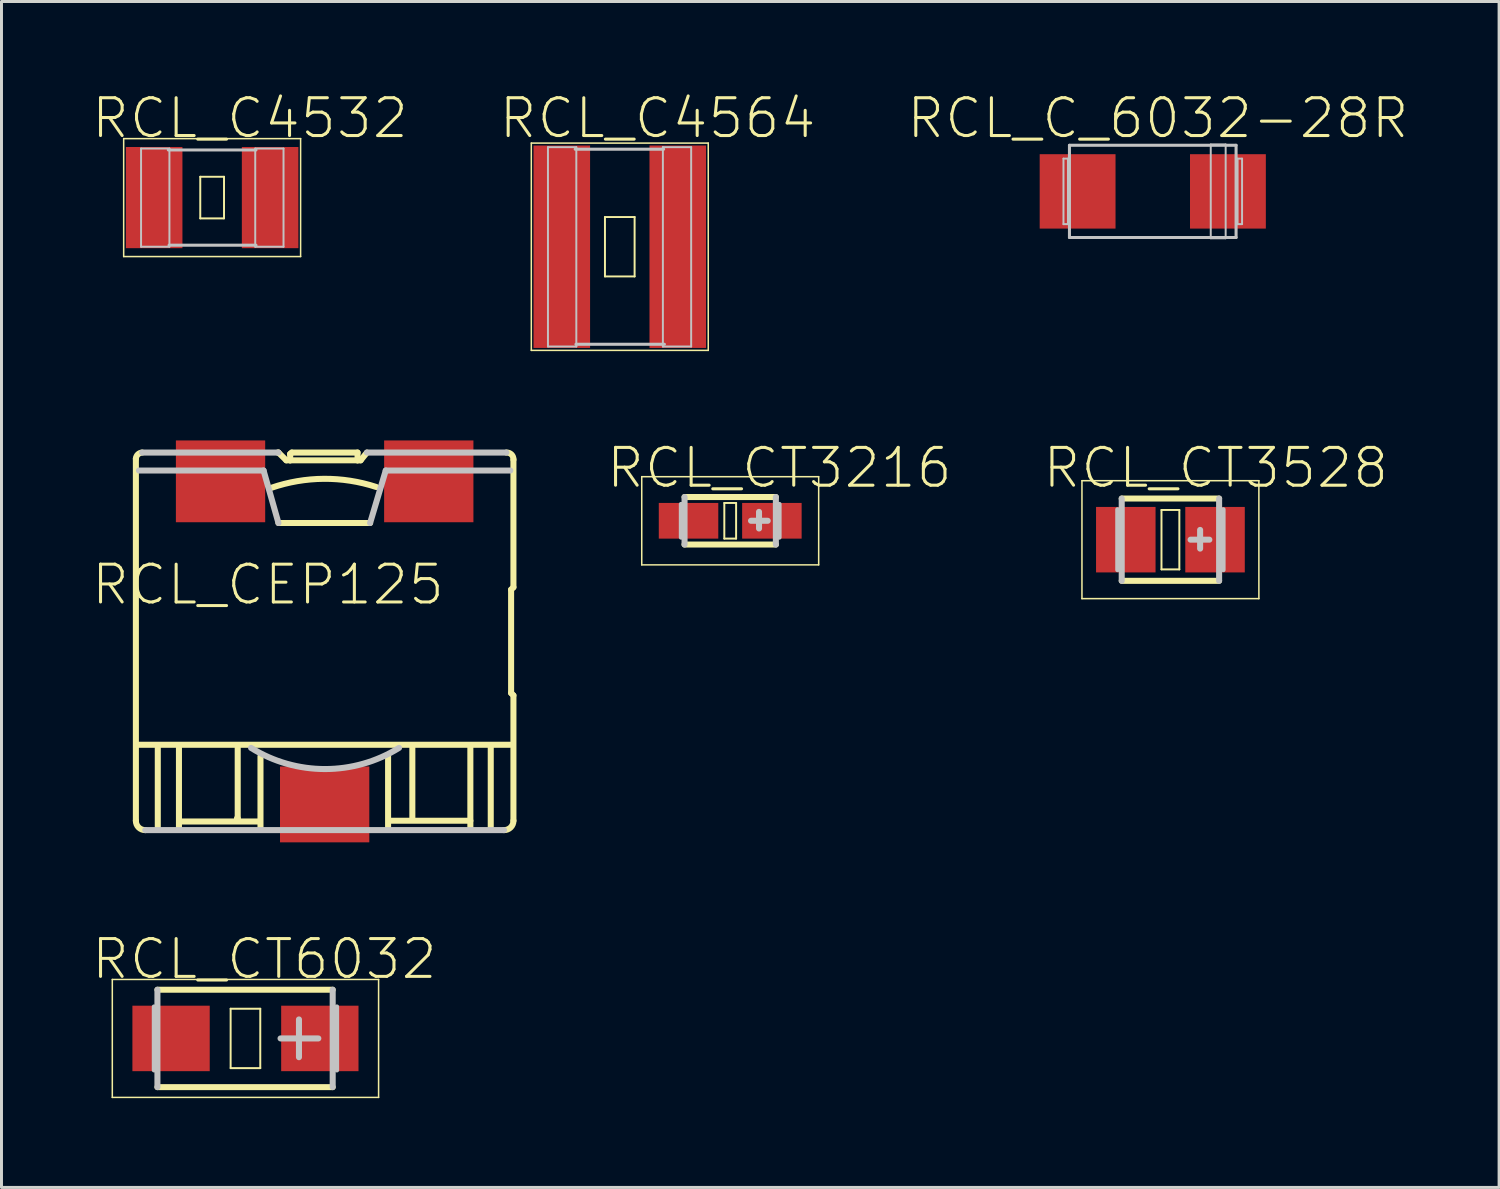
<source format=kicad_pcb>
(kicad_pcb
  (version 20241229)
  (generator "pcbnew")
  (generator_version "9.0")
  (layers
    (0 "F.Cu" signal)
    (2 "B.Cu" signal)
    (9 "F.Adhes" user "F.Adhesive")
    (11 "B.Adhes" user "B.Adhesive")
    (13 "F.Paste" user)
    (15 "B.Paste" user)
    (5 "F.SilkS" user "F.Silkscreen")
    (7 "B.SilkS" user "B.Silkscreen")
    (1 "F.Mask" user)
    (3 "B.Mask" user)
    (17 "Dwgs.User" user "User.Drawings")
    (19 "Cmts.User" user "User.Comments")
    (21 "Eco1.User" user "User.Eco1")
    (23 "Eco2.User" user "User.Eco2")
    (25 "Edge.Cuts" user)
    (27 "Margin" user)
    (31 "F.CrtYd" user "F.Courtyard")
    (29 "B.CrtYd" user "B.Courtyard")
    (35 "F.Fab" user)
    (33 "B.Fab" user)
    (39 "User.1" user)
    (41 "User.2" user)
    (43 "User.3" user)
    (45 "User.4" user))
  (footprint "RCL_CEP125"
    (layer "F.Cu")
    (at 7.857 18.496)
    (property "Reference" "RCL_CEP125" (at -1.905 -1.905 0) (layer "F.SilkS") (effects (font (size 1.27 1.27) (thickness 0.102))))
    (attr smd)
    (fp_line (start -6.342 6.027) (end -6.342 -6.134) (stroke (width 0.203) (type solid)) (layer "F.SilkS"))
    (fp_line (start -5.606 3.579) (end -5.606 6.238) (stroke (width 0.203) (type solid)) (layer "F.SilkS"))
    (fp_line (start -4.895 6.238) (end -4.895 3.579) (stroke (width 0.203) (type solid)) (layer "F.SilkS"))
    (fp_line (start -4.79 6.053) (end -2.21 6.053) (stroke (width 0.203) (type solid)) (layer "F.SilkS"))
    (fp_line (start -2.946 5.949) (end -2.921 5.949) (stroke (width 0.203) (type solid)) (layer "F.SilkS"))
    (fp_line (start -2.921 5.949) (end -2.921 3.579) (stroke (width 0.203) (type solid)) (layer "F.SilkS"))
    (fp_line (start -2.156 6.238) (end -2.156 3.868) (stroke (width 0.203) (type solid)) (layer "F.SilkS"))
    (fp_line (start -1.577 -6.342) (end -1.552 -6.342) (stroke (width 0.203) (type solid)) (layer "F.SilkS"))
    (fp_line (start -1.552 -6.342) (end -1.288 -6.081) (stroke (width 0.203) (type solid)) (layer "F.SilkS"))
    (fp_line (start -1.552 -3.975) (end 1.527 -3.975) (stroke (width 0.203) (type solid)) (layer "F.SilkS"))
    (fp_line (start -1.288 -6.081) (end -1.158 -6.081) (stroke (width 0.203) (type solid)) (layer "F.SilkS"))
    (fp_line (start -1.158 -6.292) (end -1.158 -6.292) (stroke (width 0.203) (type solid)) (layer "F.SilkS"))
    (fp_line (start -1.158 -6.292) (end -1.105 -6.342) (stroke (width 0.203) (type solid)) (layer "F.SilkS"))
    (fp_line (start -1.158 -6.081) (end -1.158 -6.292) (stroke (width 0.203) (type solid)) (layer "F.SilkS"))
    (fp_line (start -1.105 -6.342) (end 1.105 -6.342) (stroke (width 0.203) (type solid)) (layer "F.SilkS"))
    (fp_line (start 1.105 -6.342) (end 1.105 -6.081) (stroke (width 0.203) (type solid)) (layer "F.SilkS"))
    (fp_line (start 1.105 -6.081) (end -1.158 -6.081) (stroke (width 0.203) (type solid)) (layer "F.SilkS"))
    (fp_line (start 1.105 -6.081) (end 1.209 -6.081) (stroke (width 0.203) (type solid)) (layer "F.SilkS"))
    (fp_line (start 1.209 -6.081) (end 1.42 -6.342) (stroke (width 0.203) (type solid)) (layer "F.SilkS"))
    (fp_line (start 2.131 6.238) (end 2.131 3.868) (stroke (width 0.203) (type solid)) (layer "F.SilkS"))
    (fp_line (start 2.238 6.027) (end 4.895 6.027) (stroke (width 0.203) (type solid)) (layer "F.SilkS"))
    (fp_line (start 2.946 5.923) (end 2.946 3.579) (stroke (width 0.203) (type solid)) (layer "F.SilkS"))
    (fp_line (start 4.895 3.579) (end 4.895 6.238) (stroke (width 0.203) (type solid)) (layer "F.SilkS"))
    (fp_line (start 5.58 6.238) (end 5.58 3.579) (stroke (width 0.203) (type solid)) (layer "F.SilkS"))
    (fp_line (start 6.238 3.475) (end -6.264 3.475) (stroke (width 0.203) (type solid)) (layer "F.SilkS"))
    (fp_line (start 6.264 -1.737) (end 6.264 1.737) (stroke (width 0.203) (type solid)) (layer "F.SilkS"))
    (fp_line (start 6.264 1.737) (end 6.342 1.816) (stroke (width 0.203) (type solid)) (layer "F.SilkS"))
    (fp_line (start 6.342 -6.106) (end 6.342 -1.816) (stroke (width 0.203) (type solid)) (layer "F.SilkS"))
    (fp_line (start 6.342 -1.816) (end 6.264 -1.737) (stroke (width 0.203) (type solid)) (layer "F.SilkS"))
    (fp_line (start 6.342 1.816) (end 6.342 6.027) (stroke (width 0.203) (type solid)) (layer "F.SilkS"))
    (fp_arc (start -6.34238 -6.1341) (mid -6.27589 -6.278657) (end -6.130193 -6.342612) (stroke (width 0.2032) (type solid)) (layer "F.SilkS"))
    (fp_arc (start -6.02742 6.34238) (mid -6.250821 6.250942) (end -6.342381 6.027592) (stroke (width 0.2032) (type solid)) (layer "F.SilkS"))
    (fp_arc (start -1.78816 -5.15874) (mid -0.029196 -5.459677) (end 1.734121 -5.185397) (stroke (width 0.2032) (type solid)) (layer "F.SilkS"))
    (fp_arc (start 6.10616 -6.34238) (mid 6.2773 -6.277035) (end 6.342358 -6.105785) (stroke (width 0.2032) (type solid)) (layer "F.SilkS"))
    (fp_arc (start 6.34238 6.02742) (mid 6.25075 6.251013) (end 6.027047 6.342377) (stroke (width 0.2032) (type solid)) (layer "F.SilkS"))
    (fp_line (start -6.238 -5.738) (end -2.052 -5.738) (stroke (width 0.203) (type solid)) (layer "Dwgs.User"))
    (fp_line (start -6.134 -6.342) (end -1.552 -6.342) (stroke (width 0.203) (type solid)) (layer "Dwgs.User"))
    (fp_line (start -2.052 -5.738) (end -1.552 -3.975) (stroke (width 0.203) (type solid)) (layer "Dwgs.User"))
    (fp_line (start 1.42 -6.342) (end 6.106 -6.342) (stroke (width 0.203) (type solid)) (layer "Dwgs.User"))
    (fp_line (start 1.527 -3.975) (end 2.052 -5.738) (stroke (width 0.203) (type solid)) (layer "Dwgs.User"))
    (fp_line (start 2.052 -5.738) (end 6.238 -5.738) (stroke (width 0.203) (type solid)) (layer "Dwgs.User"))
    (fp_line (start 6.027 6.342) (end -6.027 6.342) (stroke (width 0.203) (type solid)) (layer "Dwgs.User"))
    (fp_arc (start 2.49936 3.57886) (mid 0.013741 4.291022) (end -2.472194 3.579961) (stroke (width 0.2032) (type solid)) (layer "Dwgs.User"))
    (pad "1" smd rect (at -3.498 -5.375) (size 3 2.748) (layers "F.Cu" "F.Mask" "F.Paste"))
    (pad "2" smd rect (at 3.498 -5.375) (size 3 2.748) (layers "F.Cu" "F.Mask" "F.Paste"))
    (pad "3" smd rect (at 0 5.479) (size 3 2.548) (layers "F.Cu" "F.Mask" "F.Paste")))
  (footprint "RCL_C_6032-28R"
    (layer "F.Cu")
    (at 35.678 3.38)
    (property "Reference" "RCL_C_6032-28R" (at 0.173 -2.459 0) (layer "F.SilkS") (effects (font (size 1.27 1.27) (thickness 0.102))))
    (attr smd)
    (fp_line (start -3 -1.1) (end -2.85 -1.1) (stroke (width 0.066) (type solid)) (layer "Dwgs.User"))
    (fp_line (start -3 1.1) (end -3 -1.1) (stroke (width 0.066) (type solid)) (layer "Dwgs.User"))
    (fp_line (start -3 1.1) (end -2.85 1.1) (stroke (width 0.066) (type solid)) (layer "Dwgs.User"))
    (fp_line (start -2.85 1.1) (end -2.85 -1.1) (stroke (width 0.066) (type solid)) (layer "Dwgs.User"))
    (fp_line (start -2.799 -1.549) (end 2.799 -1.549) (stroke (width 0.102) (type solid)) (layer "Dwgs.User"))
    (fp_line (start -2.799 1.549) (end -2.799 -1.549) (stroke (width 0.102) (type solid)) (layer "Dwgs.User"))
    (fp_line (start 1.948 -1.575) (end 2.449 -1.575) (stroke (width 0.066) (type solid)) (layer "Dwgs.User"))
    (fp_line (start 1.948 1.575) (end 1.948 -1.575) (stroke (width 0.066) (type solid)) (layer "Dwgs.User"))
    (fp_line (start 1.948 1.575) (end 2.449 1.575) (stroke (width 0.066) (type solid)) (layer "Dwgs.User"))
    (fp_line (start 2.449 1.575) (end 2.449 -1.575) (stroke (width 0.066) (type solid)) (layer "Dwgs.User"))
    (fp_line (start 2.799 -1.549) (end 2.799 1.549) (stroke (width 0.102) (type solid)) (layer "Dwgs.User"))
    (fp_line (start 2.799 1.549) (end -2.799 1.549) (stroke (width 0.102) (type solid)) (layer "Dwgs.User"))
    (fp_line (start 2.85 -1.1) (end 3 -1.1) (stroke (width 0.066) (type solid)) (layer "Dwgs.User"))
    (fp_line (start 2.85 1.1) (end 2.85 -1.1) (stroke (width 0.066) (type solid)) (layer "Dwgs.User"))
    (fp_line (start 2.85 1.1) (end 3 1.1) (stroke (width 0.066) (type solid)) (layer "Dwgs.User"))
    (fp_line (start 3 1.1) (end 3 -1.1) (stroke (width 0.066) (type solid)) (layer "Dwgs.User"))
    (pad "+" smd rect (at 2.525 0) (size 2.548 2.499) (layers "F.Cu" "F.Mask" "F.Paste"))
    (pad "-" smd rect (at -2.525 0) (size 2.548 2.499) (layers "F.Cu" "F.Mask" "F.Paste")))
  (footprint "RCL_C4532"
    (layer "F.Cu")
    (at 4.077 3.588)
    (property "Reference" "RCL_C4532" (at 1.27 -2.667 0) (layer "F.SilkS") (effects (font (size 1.27 1.27) (thickness 0.102))))
    (attr smd)
    (fp_line (start -2.972 -1.981) (end 2.972 -1.981) (stroke (width 0.051) (type solid)) (layer "F.SilkS"))
    (fp_line (start -2.972 1.981) (end -2.972 -1.981) (stroke (width 0.051) (type solid)) (layer "F.SilkS"))
    (fp_line (start -0.399 -0.699) (end 0.399 -0.699) (stroke (width 0.066) (type solid)) (layer "F.SilkS"))
    (fp_line (start -0.399 0.699) (end -0.399 -0.699) (stroke (width 0.066) (type solid)) (layer "F.SilkS"))
    (fp_line (start -0.399 0.699) (end 0.399 0.699) (stroke (width 0.066) (type solid)) (layer "F.SilkS"))
    (fp_line (start 0.399 0.699) (end 0.399 -0.699) (stroke (width 0.066) (type solid)) (layer "F.SilkS"))
    (fp_line (start 2.972 -1.981) (end 2.972 1.981) (stroke (width 0.051) (type solid)) (layer "F.SilkS"))
    (fp_line (start 2.972 1.981) (end -2.972 1.981) (stroke (width 0.051) (type solid)) (layer "F.SilkS"))
    (fp_line (start -2.388 -1.648) (end -1.435 -1.648) (stroke (width 0.066) (type solid)) (layer "Dwgs.User"))
    (fp_line (start -2.388 1.651) (end -2.388 -1.648) (stroke (width 0.066) (type solid)) (layer "Dwgs.User"))
    (fp_line (start -2.388 1.651) (end -1.435 1.651) (stroke (width 0.066) (type solid)) (layer "Dwgs.User"))
    (fp_line (start -1.473 -1.6) (end 1.473 -1.6) (stroke (width 0.102) (type solid)) (layer "Dwgs.User"))
    (fp_line (start -1.448 1.6) (end 1.473 1.6) (stroke (width 0.102) (type solid)) (layer "Dwgs.User"))
    (fp_line (start -1.435 1.651) (end -1.435 -1.648) (stroke (width 0.066) (type solid)) (layer "Dwgs.User"))
    (fp_line (start 1.448 -1.648) (end 2.398 -1.648) (stroke (width 0.066) (type solid)) (layer "Dwgs.User"))
    (fp_line (start 1.448 1.651) (end 1.448 -1.648) (stroke (width 0.066) (type solid)) (layer "Dwgs.User"))
    (fp_line (start 1.448 1.651) (end 2.398 1.651) (stroke (width 0.066) (type solid)) (layer "Dwgs.User"))
    (fp_line (start 2.398 1.651) (end 2.398 -1.648) (stroke (width 0.066) (type solid)) (layer "Dwgs.User"))
    (pad "1" smd rect (at -1.948 0) (size 1.9 3.399) (layers "F.Cu" "F.Mask" "F.Paste"))
    (pad "2" smd rect (at 1.948 0) (size 1.9 3.399) (layers "F.Cu" "F.Mask" "F.Paste")))
  (footprint "RCL_CT3216"
    (layer "F.Cu")
    (at 21.482 14.446)
    (property "Reference" "RCL_CT3216" (at 1.651 -1.778 0) (layer "F.SilkS") (effects (font (size 1.27 1.27) (thickness 0.102))))
    (attr smd)
    (fp_line (start -2.972 -1.481) (end 2.972 -1.481) (stroke (width 0.051) (type solid)) (layer "F.SilkS"))
    (fp_line (start -2.972 1.481) (end -2.972 -1.481) (stroke (width 0.051) (type solid)) (layer "F.SilkS"))
    (fp_line (start -1.534 0.798) (end 1.534 0.798) (stroke (width 0.203) (type solid)) (layer "F.SilkS"))
    (fp_line (start -0.198 -0.599) (end 0.198 -0.599) (stroke (width 0.066) (type solid)) (layer "F.SilkS"))
    (fp_line (start -0.198 0.599) (end -0.198 -0.599) (stroke (width 0.066) (type solid)) (layer "F.SilkS"))
    (fp_line (start -0.198 0.599) (end 0.198 0.599) (stroke (width 0.066) (type solid)) (layer "F.SilkS"))
    (fp_line (start 0.198 0.599) (end 0.198 -0.599) (stroke (width 0.066) (type solid)) (layer "F.SilkS"))
    (fp_line (start 1.534 -0.798) (end -1.534 -0.798) (stroke (width 0.203) (type solid)) (layer "F.SilkS"))
    (fp_line (start 2.972 -1.481) (end 2.972 1.481) (stroke (width 0.051) (type solid)) (layer "F.SilkS"))
    (fp_line (start 2.972 1.481) (end -2.972 1.481) (stroke (width 0.051) (type solid)) (layer "F.SilkS"))
    (fp_line (start -1.651 0.559) (end -1.651 -0.559) (stroke (width 0.152) (type solid)) (layer "Dwgs.User"))
    (fp_line (start -1.534 -0.798) (end -1.534 0.798) (stroke (width 0.203) (type solid)) (layer "Dwgs.User"))
    (fp_line (start 0.699 0) (end 1.26 0) (stroke (width 0.203) (type solid)) (layer "Dwgs.User"))
    (fp_line (start 0.968 0.259) (end 0.968 -0.3) (stroke (width 0.203) (type solid)) (layer "Dwgs.User"))
    (fp_line (start 1.534 0.798) (end 1.534 -0.798) (stroke (width 0.203) (type solid)) (layer "Dwgs.User"))
    (fp_line (start 1.651 0.559) (end 1.651 -0.559) (stroke (width 0.152) (type solid)) (layer "Dwgs.User"))
    (pad "+" smd rect (at 1.4 0) (size 1.999 1.199) (layers "F.Cu" "F.Mask" "F.Paste"))
    (pad "-" smd rect (at -1.4 0) (size 1.999 1.199) (layers "F.Cu" "F.Mask" "F.Paste")))
  (footprint "RCL_C4564"
    (layer "F.Cu")
    (at 17.772 5.239)
    (property "Reference" "RCL_C4564" (at 1.27 -4.318 0) (layer "F.SilkS") (effects (font (size 1.27 1.27) (thickness 0.102))))
    (attr smd)
    (fp_line (start -2.972 -3.482) (end 2.972 -3.482) (stroke (width 0.051) (type solid)) (layer "F.SilkS"))
    (fp_line (start -2.972 3.482) (end -2.972 -3.482) (stroke (width 0.051) (type solid)) (layer "F.SilkS"))
    (fp_line (start -0.498 -0.998) (end 0.498 -0.998) (stroke (width 0.066) (type solid)) (layer "F.SilkS"))
    (fp_line (start -0.498 0.998) (end -0.498 -0.998) (stroke (width 0.066) (type solid)) (layer "F.SilkS"))
    (fp_line (start -0.498 0.998) (end 0.498 0.998) (stroke (width 0.066) (type solid)) (layer "F.SilkS"))
    (fp_line (start 0.498 0.998) (end 0.498 -0.998) (stroke (width 0.066) (type solid)) (layer "F.SilkS"))
    (fp_line (start 2.972 -3.482) (end 2.972 3.482) (stroke (width 0.051) (type solid)) (layer "F.SilkS"))
    (fp_line (start 2.972 3.482) (end -2.972 3.482) (stroke (width 0.051) (type solid)) (layer "F.SilkS"))
    (fp_line (start -2.413 -3.345) (end -1.46 -3.345) (stroke (width 0.066) (type solid)) (layer "Dwgs.User"))
    (fp_line (start -2.413 3.353) (end -2.413 -3.345) (stroke (width 0.066) (type solid)) (layer "Dwgs.User"))
    (fp_line (start -2.413 3.353) (end -1.46 3.353) (stroke (width 0.066) (type solid)) (layer "Dwgs.User"))
    (fp_line (start -1.499 -3.277) (end 1.473 -3.277) (stroke (width 0.102) (type solid)) (layer "Dwgs.User"))
    (fp_line (start -1.473 3.277) (end 1.499 3.277) (stroke (width 0.102) (type solid)) (layer "Dwgs.User"))
    (fp_line (start -1.46 3.353) (end -1.46 -3.345) (stroke (width 0.066) (type solid)) (layer "Dwgs.User"))
    (fp_line (start 1.448 -3.345) (end 2.398 -3.345) (stroke (width 0.066) (type solid)) (layer "Dwgs.User"))
    (fp_line (start 1.448 3.353) (end 1.448 -3.345) (stroke (width 0.066) (type solid)) (layer "Dwgs.User"))
    (fp_line (start 1.448 3.353) (end 2.398 3.353) (stroke (width 0.066) (type solid)) (layer "Dwgs.User"))
    (fp_line (start 2.398 3.353) (end 2.398 -3.345) (stroke (width 0.066) (type solid)) (layer "Dwgs.User"))
    (pad "1" smd rect (at -1.948 0) (size 1.9 6.8) (layers "F.Cu" "F.Mask" "F.Paste"))
    (pad "2" smd rect (at 1.948 0) (size 1.9 6.8) (layers "F.Cu" "F.Mask" "F.Paste")))
  (footprint "RCL_CT3528"
    (layer "F.Cu")
    (at 36.271 15.081)
    (property "Reference" "RCL_CT3528" (at 1.524 -2.413 0) (layer "F.SilkS") (effects (font (size 1.27 1.27) (thickness 0.102))))
    (attr smd)
    (fp_line (start -2.972 -1.981) (end 2.972 -1.981) (stroke (width 0.051) (type solid)) (layer "F.SilkS"))
    (fp_line (start -2.972 1.981) (end -2.972 -1.981) (stroke (width 0.051) (type solid)) (layer "F.SilkS"))
    (fp_line (start -1.636 -1.382) (end 1.636 -1.382) (stroke (width 0.203) (type solid)) (layer "F.SilkS"))
    (fp_line (start -1.636 1.382) (end 1.636 1.382) (stroke (width 0.203) (type solid)) (layer "F.SilkS"))
    (fp_line (start -0.3 -0.998) (end 0.3 -0.998) (stroke (width 0.066) (type solid)) (layer "F.SilkS"))
    (fp_line (start -0.3 0.998) (end -0.3 -0.998) (stroke (width 0.066) (type solid)) (layer "F.SilkS"))
    (fp_line (start -0.3 0.998) (end 0.3 0.998) (stroke (width 0.066) (type solid)) (layer "F.SilkS"))
    (fp_line (start 0.3 0.998) (end 0.3 -0.998) (stroke (width 0.066) (type solid)) (layer "F.SilkS"))
    (fp_line (start 2.972 -1.981) (end 2.972 1.981) (stroke (width 0.051) (type solid)) (layer "F.SilkS"))
    (fp_line (start 2.972 1.981) (end -2.972 1.981) (stroke (width 0.051) (type solid)) (layer "F.SilkS"))
    (fp_line (start -1.778 1.016) (end -1.778 -1.016) (stroke (width 0.152) (type solid)) (layer "Dwgs.User"))
    (fp_line (start -1.636 -1.382) (end -1.636 1.382) (stroke (width 0.203) (type solid)) (layer "Dwgs.User"))
    (fp_line (start 0.678 0) (end 1.308 0) (stroke (width 0.203) (type solid)) (layer "Dwgs.User"))
    (fp_line (start 0.998 0.3) (end 0.998 -0.328) (stroke (width 0.203) (type solid)) (layer "Dwgs.User"))
    (fp_line (start 1.636 -1.382) (end 1.636 1.382) (stroke (width 0.203) (type solid)) (layer "Dwgs.User"))
    (fp_line (start 1.778 1.016) (end 1.778 -1.016) (stroke (width 0.152) (type solid)) (layer "Dwgs.User"))
    (pad "+" smd rect (at 1.499 0) (size 1.999 2.2) (layers "F.Cu" "F.Mask" "F.Paste"))
    (pad "-" smd rect (at -1.499 0) (size 1.999 2.2) (layers "F.Cu" "F.Mask" "F.Paste")))
  (footprint "RCL_CT6032"
    (layer "F.Cu")
    (at 5.196 31.837)
    (property "Reference" "RCL_CT6032" (at 0.635 -2.667 0) (layer "F.SilkS") (effects (font (size 1.27 1.27) (thickness 0.102))))
    (attr smd)
    (fp_line (start -4.473 -1.981) (end 4.473 -1.981) (stroke (width 0.051) (type solid)) (layer "F.SilkS"))
    (fp_line (start -4.473 1.981) (end -4.473 -1.981) (stroke (width 0.051) (type solid)) (layer "F.SilkS"))
    (fp_line (start -2.957 -1.636) (end 2.931 -1.636) (stroke (width 0.203) (type solid)) (layer "F.SilkS"))
    (fp_line (start -2.957 1.636) (end 2.931 1.636) (stroke (width 0.203) (type solid)) (layer "F.SilkS"))
    (fp_line (start -0.498 -0.998) (end 0.498 -0.998) (stroke (width 0.066) (type solid)) (layer "F.SilkS"))
    (fp_line (start -0.498 0.998) (end -0.498 -0.998) (stroke (width 0.066) (type solid)) (layer "F.SilkS"))
    (fp_line (start -0.498 0.998) (end 0.498 0.998) (stroke (width 0.066) (type solid)) (layer "F.SilkS"))
    (fp_line (start 0.498 0.998) (end 0.498 -0.998) (stroke (width 0.066) (type solid)) (layer "F.SilkS"))
    (fp_line (start 4.473 -1.981) (end 4.473 1.981) (stroke (width 0.051) (type solid)) (layer "F.SilkS"))
    (fp_line (start 4.473 1.981) (end -4.473 1.981) (stroke (width 0.051) (type solid)) (layer "F.SilkS"))
    (fp_line (start -3.071 1.067) (end -3.071 -1.067) (stroke (width 0.152) (type solid)) (layer "Dwgs.User"))
    (fp_line (start -2.957 -1.636) (end -2.957 1.636) (stroke (width 0.203) (type solid)) (layer "Dwgs.User"))
    (fp_line (start 1.179 0) (end 2.449 0) (stroke (width 0.203) (type solid)) (layer "Dwgs.User"))
    (fp_line (start 1.798 0.63) (end 1.798 -0.638) (stroke (width 0.203) (type solid)) (layer "Dwgs.User"))
    (fp_line (start 2.931 -1.636) (end 2.931 1.636) (stroke (width 0.203) (type solid)) (layer "Dwgs.User"))
    (fp_line (start 3.071 1.067) (end 3.071 -1.067) (stroke (width 0.152) (type solid)) (layer "Dwgs.User"))
    (pad "+" smd rect (at 2.499 0) (size 2.598 2.2) (layers "F.Cu" "F.Mask" "F.Paste"))
    (pad "-" smd rect (at -2.499 0) (size 2.598 2.2) (layers "F.Cu" "F.Mask" "F.Paste")))
  (gr_rect
    (start -3 -3)
    (end 47.313 36.843)
    (stroke (width 0.1) (type default))
    (fill no)
    (layer "Edge.Cuts")))
</source>
